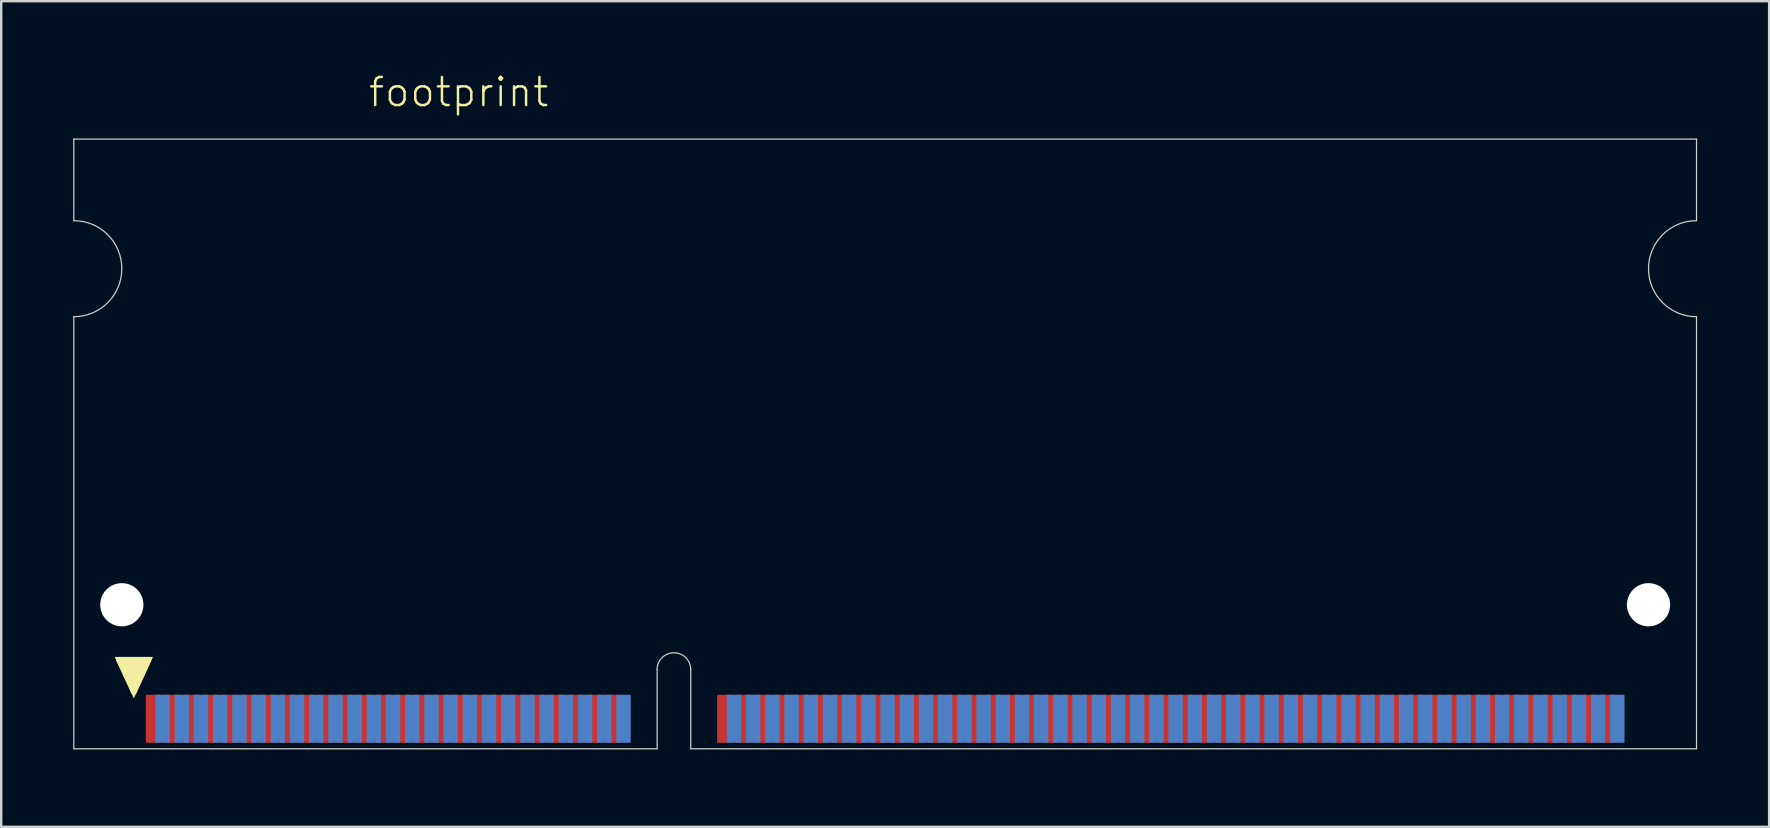
<source format=kicad_pcb>
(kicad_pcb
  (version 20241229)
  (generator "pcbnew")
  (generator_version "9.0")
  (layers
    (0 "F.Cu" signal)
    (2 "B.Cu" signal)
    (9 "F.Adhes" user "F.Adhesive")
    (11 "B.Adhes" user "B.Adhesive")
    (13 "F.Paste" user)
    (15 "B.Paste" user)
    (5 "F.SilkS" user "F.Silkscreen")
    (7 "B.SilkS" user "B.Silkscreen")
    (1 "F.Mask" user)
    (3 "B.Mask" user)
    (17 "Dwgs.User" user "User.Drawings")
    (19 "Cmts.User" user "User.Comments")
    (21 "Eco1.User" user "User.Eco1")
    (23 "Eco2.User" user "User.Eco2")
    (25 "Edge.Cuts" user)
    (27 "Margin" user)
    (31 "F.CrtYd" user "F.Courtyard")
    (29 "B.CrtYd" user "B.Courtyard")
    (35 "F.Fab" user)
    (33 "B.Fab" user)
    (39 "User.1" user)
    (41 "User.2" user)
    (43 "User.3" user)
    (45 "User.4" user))
  (footprint "footprint"
    (layer "F.Cu")
    (at 33.825 28.143)
    (property "Reference" "footprint" (at -21.59 -26.67 0) (layer "F.SilkS") (effects (font (size 1.168 1.168) (thickness 0.102)) (justify left bottom)))
    (fp_line (start -31.9 -3.7) (end -30.7 -3.7) (stroke (width 0.254) (type solid)) (layer "F.SilkS"))
    (fp_line (start -31.3 -2.4) (end -31.9 -3.7) (stroke (width 0.254) (type solid)) (layer "F.SilkS"))
    (fp_line (start -30.7 -3.7) (end -31.3 -2.4) (stroke (width 0.254) (type solid)) (layer "F.SilkS"))
    (fp_poly (pts (xy -31.3 -2.097) (xy -32.098 -3.827) (xy -30.502 -3.827)) (stroke (width 0) (type solid)) (fill yes) (layer "F.SilkS"))
    (fp_line (start -33.8 -25.4) (end -33.8 -22) (stroke (width 0.05) (type solid)) (layer "Edge.Cuts"))
    (fp_line (start -33.8 -18) (end -33.8 0) (stroke (width 0.05) (type solid)) (layer "Edge.Cuts"))
    (fp_line (start -33.8 0) (end -9.5 0) (stroke (width 0.05) (type solid)) (layer "Edge.Cuts"))
    (fp_line (start -9.5 0) (end -9.5 -3.3) (stroke (width 0.05) (type solid)) (layer "Edge.Cuts"))
    (fp_line (start -8.1 0) (end -8.1 -3.3) (stroke (width 0.05) (type solid)) (layer "Edge.Cuts"))
    (fp_line (start -8.1 0) (end 33.8 0) (stroke (width 0.05) (type solid)) (layer "Edge.Cuts"))
    (fp_line (start 33.8 -25.4) (end -33.8 -25.4) (stroke (width 0.05) (type solid)) (layer "Edge.Cuts"))
    (fp_line (start 33.8 -22) (end 33.8 -25.4) (stroke (width 0.05) (type solid)) (layer "Edge.Cuts"))
    (fp_line (start 33.8 0) (end 33.8 -18) (stroke (width 0.05) (type solid)) (layer "Edge.Cuts"))
    (fp_arc (start -33.8 -22) (mid -31.8 -20) (end -33.8 -18) (stroke (width 0.05) (type solid)) (layer "Edge.Cuts"))
    (fp_arc (start -9.5 -3.3) (mid -8.8 -4) (end -8.1 -3.3) (stroke (width 0.05) (type solid)) (layer "Edge.Cuts"))
    (fp_arc (start 33.8 -18) (mid 31.8 -20) (end 33.8 -22) (stroke (width 0.05) (type solid)) (layer "Edge.Cuts"))
    (pad "" np_thru_hole circle (at -31.8 -6) (size 1.8 1.8) (drill 1.8) (layers "*.Cu" "*.Mask"))
    (pad "" np_thru_hole circle (at 31.8 -6) (size 1.8 1.8) (drill 1.8) (layers "*.Cu" "*.Mask"))
    (pad "1" smd rect (at -30.5 -1.25) (size 0.6 2) (layers "F.Cu" "F.Mask" "F.Paste"))
    (pad "2" smd rect (at -29.7 -1.25) (size 0.6 2) (layers "F.Cu" "F.Mask" "F.Paste"))
    (pad "3" smd rect (at -28.9 -1.25) (size 0.6 2) (layers "F.Cu" "F.Mask" "F.Paste"))
    (pad "4" smd rect (at -28.1 -1.25) (size 0.6 2) (layers "F.Cu" "F.Mask" "F.Paste"))
    (pad "5" smd rect (at -27.3 -1.25) (size 0.6 2) (layers "F.Cu" "F.Mask" "F.Paste"))
    (pad "6" smd rect (at -26.5 -1.25) (size 0.6 2) (layers "F.Cu" "F.Mask" "F.Paste"))
    (pad "7" smd rect (at -25.7 -1.25) (size 0.6 2) (layers "F.Cu" "F.Mask" "F.Paste"))
    (pad "8" smd rect (at -24.9 -1.25) (size 0.6 2) (layers "F.Cu" "F.Mask" "F.Paste"))
    (pad "9" smd rect (at -24.1 -1.25) (size 0.6 2) (layers "F.Cu" "F.Mask" "F.Paste"))
    (pad "10" smd rect (at -23.3 -1.25) (size 0.6 2) (layers "F.Cu" "F.Mask" "F.Paste"))
    (pad "11" smd rect (at -22.5 -1.25) (size 0.6 2) (layers "F.Cu" "F.Mask" "F.Paste"))
    (pad "12" smd rect (at -21.7 -1.25) (size 0.6 2) (layers "F.Cu" "F.Mask" "F.Paste"))
    (pad "13" smd rect (at -20.9 -1.25) (size 0.6 2) (layers "F.Cu" "F.Mask" "F.Paste"))
    (pad "14" smd rect (at -20.1 -1.25) (size 0.6 2) (layers "F.Cu" "F.Mask" "F.Paste"))
    (pad "15" smd rect (at -19.3 -1.25) (size 0.6 2) (layers "F.Cu" "F.Mask" "F.Paste"))
    (pad "16" smd rect (at -18.5 -1.25) (size 0.6 2) (layers "F.Cu" "F.Mask" "F.Paste"))
    (pad "17" smd rect (at -17.7 -1.25) (size 0.6 2) (layers "F.Cu" "F.Mask" "F.Paste"))
    (pad "18" smd rect (at -16.9 -1.25) (size 0.6 2) (layers "F.Cu" "F.Mask" "F.Paste"))
    (pad "19" smd rect (at -16.1 -1.25) (size 0.6 2) (layers "F.Cu" "F.Mask" "F.Paste"))
    (pad "20" smd rect (at -15.3 -1.25) (size 0.6 2) (layers "F.Cu" "F.Mask" "F.Paste"))
    (pad "21" smd rect (at -14.5 -1.25) (size 0.6 2) (layers "F.Cu" "F.Mask" "F.Paste"))
    (pad "22" smd rect (at -13.7 -1.25) (size 0.6 2) (layers "F.Cu" "F.Mask" "F.Paste"))
    (pad "23" smd rect (at -12.9 -1.25) (size 0.6 2) (layers "F.Cu" "F.Mask" "F.Paste"))
    (pad "24" smd rect (at -12.1 -1.25) (size 0.6 2) (layers "F.Cu" "F.Mask" "F.Paste"))
    (pad "25" smd rect (at -11.3 -1.25) (size 0.6 2) (layers "F.Cu" "F.Mask" "F.Paste"))
    (pad "26" smd rect (at -6.7 -1.25) (size 0.6 2) (layers "F.Cu" "F.Mask" "F.Paste"))
    (pad "27" smd rect (at -5.9 -1.25) (size 0.6 2) (layers "F.Cu" "F.Mask" "F.Paste"))
    (pad "28" smd rect (at -5.1 -1.25) (size 0.6 2) (layers "F.Cu" "F.Mask" "F.Paste"))
    (pad "29" smd rect (at -4.3 -1.25) (size 0.6 2) (layers "F.Cu" "F.Mask" "F.Paste"))
    (pad "30" smd rect (at -3.5 -1.25) (size 0.6 2) (layers "F.Cu" "F.Mask" "F.Paste"))
    (pad "31" smd rect (at -2.7 -1.25) (size 0.6 2) (layers "F.Cu" "F.Mask" "F.Paste"))
    (pad "32" smd rect (at -1.9 -1.25) (size 0.6 2) (layers "F.Cu" "F.Mask" "F.Paste"))
    (pad "33" smd rect (at -1.1 -1.25) (size 0.6 2) (layers "F.Cu" "F.Mask" "F.Paste"))
    (pad "34" smd rect (at -0.3 -1.25) (size 0.6 2) (layers "F.Cu" "F.Mask" "F.Paste"))
    (pad "35" smd rect (at 0.5 -1.25) (size 0.6 2) (layers "F.Cu" "F.Mask" "F.Paste"))
    (pad "36" smd rect (at 1.3 -1.25) (size 0.6 2) (layers "F.Cu" "F.Mask" "F.Paste"))
    (pad "37" smd rect (at 2.1 -1.25) (size 0.6 2) (layers "F.Cu" "F.Mask" "F.Paste"))
    (pad "38" smd rect (at 2.9 -1.25) (size 0.6 2) (layers "F.Cu" "F.Mask" "F.Paste"))
    (pad "39" smd rect (at 3.7 -1.25) (size 0.6 2) (layers "F.Cu" "F.Mask" "F.Paste"))
    (pad "40" smd rect (at 4.5 -1.25) (size 0.6 2) (layers "F.Cu" "F.Mask" "F.Paste"))
    (pad "41" smd rect (at 5.3 -1.25) (size 0.6 2) (layers "F.Cu" "F.Mask" "F.Paste"))
    (pad "42" smd rect (at 6.1 -1.25) (size 0.6 2) (layers "F.Cu" "F.Mask" "F.Paste"))
    (pad "43" smd rect (at 6.9 -1.25) (size 0.6 2) (layers "F.Cu" "F.Mask" "F.Paste"))
    (pad "44" smd rect (at 7.7 -1.25) (size 0.6 2) (layers "F.Cu" "F.Mask" "F.Paste"))
    (pad "45" smd rect (at 8.5 -1.25) (size 0.6 2) (layers "F.Cu" "F.Mask" "F.Paste"))
    (pad "46" smd rect (at 9.3 -1.25) (size 0.6 2) (layers "F.Cu" "F.Mask" "F.Paste"))
    (pad "47" smd rect (at 10.1 -1.25) (size 0.6 2) (layers "F.Cu" "F.Mask" "F.Paste"))
    (pad "48" smd rect (at 10.9 -1.25) (size 0.6 2) (layers "F.Cu" "F.Mask" "F.Paste"))
    (pad "49" smd rect (at 11.7 -1.25) (size 0.6 2) (layers "F.Cu" "F.Mask" "F.Paste"))
    (pad "50" smd rect (at 12.5 -1.25) (size 0.6 2) (layers "F.Cu" "F.Mask" "F.Paste"))
    (pad "51" smd rect (at 13.3 -1.25) (size 0.6 2) (layers "F.Cu" "F.Mask" "F.Paste"))
    (pad "52" smd rect (at 14.1 -1.25) (size 0.6 2) (layers "F.Cu" "F.Mask" "F.Paste"))
    (pad "53" smd rect (at 14.9 -1.25) (size 0.6 2) (layers "F.Cu" "F.Mask" "F.Paste"))
    (pad "54" smd rect (at 15.7 -1.25) (size 0.6 2) (layers "F.Cu" "F.Mask" "F.Paste"))
    (pad "55" smd rect (at 16.5 -1.25) (size 0.6 2) (layers "F.Cu" "F.Mask" "F.Paste"))
    (pad "56" smd rect (at 17.3 -1.25) (size 0.6 2) (layers "F.Cu" "F.Mask" "F.Paste"))
    (pad "57" smd rect (at 18.1 -1.25) (size 0.6 2) (layers "F.Cu" "F.Mask" "F.Paste"))
    (pad "58" smd rect (at 18.9 -1.25) (size 0.6 2) (layers "F.Cu" "F.Mask" "F.Paste"))
    (pad "59" smd rect (at 19.7 -1.25) (size 0.6 2) (layers "F.Cu" "F.Mask" "F.Paste"))
    (pad "60" smd rect (at 20.5 -1.25) (size 0.6 2) (layers "F.Cu" "F.Mask" "F.Paste"))
    (pad "61" smd rect (at 21.3 -1.25) (size 0.6 2) (layers "F.Cu" "F.Mask" "F.Paste"))
    (pad "62" smd rect (at 22.1 -1.25) (size 0.6 2) (layers "F.Cu" "F.Mask" "F.Paste"))
    (pad "63" smd rect (at 22.9 -1.25) (size 0.6 2) (layers "F.Cu" "F.Mask" "F.Paste"))
    (pad "64" smd rect (at 23.7 -1.25) (size 0.6 2) (layers "F.Cu" "F.Mask" "F.Paste"))
    (pad "65" smd rect (at 24.5 -1.25) (size 0.6 2) (layers "F.Cu" "F.Mask" "F.Paste"))
    (pad "66" smd rect (at 25.3 -1.25) (size 0.6 2) (layers "F.Cu" "F.Mask" "F.Paste"))
    (pad "67" smd rect (at 26.1 -1.25) (size 0.6 2) (layers "F.Cu" "F.Mask" "F.Paste"))
    (pad "68" smd rect (at 26.9 -1.25) (size 0.6 2) (layers "F.Cu" "F.Mask" "F.Paste"))
    (pad "69" smd rect (at 27.7 -1.25) (size 0.6 2) (layers "F.Cu" "F.Mask" "F.Paste"))
    (pad "70" smd rect (at 28.5 -1.25) (size 0.6 2) (layers "F.Cu" "F.Mask" "F.Paste"))
    (pad "71" smd rect (at 29.3 -1.25) (size 0.6 2) (layers "F.Cu" "F.Mask" "F.Paste"))
    (pad "72" smd rect (at 30.1 -1.25) (size 0.6 2) (layers "F.Cu" "F.Mask" "F.Paste"))
    (pad "73" smd rect (at -30.1 -1.25) (size 0.6 2) (layers "B.Cu" "B.Mask" "B.Paste"))
    (pad "74" smd rect (at -29.3 -1.25) (size 0.6 2) (layers "B.Cu" "B.Mask" "B.Paste"))
    (pad "75" smd rect (at -28.5 -1.25) (size 0.6 2) (layers "B.Cu" "B.Mask" "B.Paste"))
    (pad "76" smd rect (at -27.7 -1.25) (size 0.6 2) (layers "B.Cu" "B.Mask" "B.Paste"))
    (pad "77" smd rect (at -26.9 -1.25) (size 0.6 2) (layers "B.Cu" "B.Mask" "B.Paste"))
    (pad "78" smd rect (at -26.1 -1.25) (size 0.6 2) (layers "B.Cu" "B.Mask" "B.Paste"))
    (pad "79" smd rect (at -25.3 -1.25) (size 0.6 2) (layers "B.Cu" "B.Mask" "B.Paste"))
    (pad "80" smd rect (at -24.5 -1.25) (size 0.6 2) (layers "B.Cu" "B.Mask" "B.Paste"))
    (pad "81" smd rect (at -23.7 -1.25) (size 0.6 2) (layers "B.Cu" "B.Mask" "B.Paste"))
    (pad "82" smd rect (at -22.9 -1.25) (size 0.6 2) (layers "B.Cu" "B.Mask" "B.Paste"))
    (pad "83" smd rect (at -22.1 -1.25) (size 0.6 2) (layers "B.Cu" "B.Mask" "B.Paste"))
    (pad "84" smd rect (at -21.3 -1.25) (size 0.6 2) (layers "B.Cu" "B.Mask" "B.Paste"))
    (pad "85" smd rect (at -20.5 -1.25) (size 0.6 2) (layers "B.Cu" "B.Mask" "B.Paste"))
    (pad "86" smd rect (at -19.7 -1.25) (size 0.6 2) (layers "B.Cu" "B.Mask" "B.Paste"))
    (pad "87" smd rect (at -18.9 -1.25) (size 0.6 2) (layers "B.Cu" "B.Mask" "B.Paste"))
    (pad "88" smd rect (at -18.1 -1.25) (size 0.6 2) (layers "B.Cu" "B.Mask" "B.Paste"))
    (pad "89" smd rect (at -17.3 -1.25) (size 0.6 2) (layers "B.Cu" "B.Mask" "B.Paste"))
    (pad "90" smd rect (at -16.5 -1.25) (size 0.6 2) (layers "B.Cu" "B.Mask" "B.Paste"))
    (pad "91" smd rect (at -15.7 -1.25) (size 0.6 2) (layers "B.Cu" "B.Mask" "B.Paste"))
    (pad "92" smd rect (at -14.9 -1.25) (size 0.6 2) (layers "B.Cu" "B.Mask" "B.Paste"))
    (pad "93" smd rect (at -14.1 -1.25) (size 0.6 2) (layers "B.Cu" "B.Mask" "B.Paste"))
    (pad "94" smd rect (at -13.3 -1.25) (size 0.6 2) (layers "B.Cu" "B.Mask" "B.Paste"))
    (pad "95" smd rect (at -12.5 -1.25) (size 0.6 2) (layers "B.Cu" "B.Mask" "B.Paste"))
    (pad "96" smd rect (at -11.7 -1.25) (size 0.6 2) (layers "B.Cu" "B.Mask" "B.Paste"))
    (pad "97" smd rect (at -10.9 -1.25) (size 0.6 2) (layers "B.Cu" "B.Mask" "B.Paste"))
    (pad "98" smd rect (at -6.3 -1.25) (size 0.6 2) (layers "B.Cu" "B.Mask" "B.Paste"))
    (pad "99" smd rect (at -5.5 -1.25) (size 0.6 2) (layers "B.Cu" "B.Mask" "B.Paste"))
    (pad "100" smd rect (at -4.7 -1.25) (size 0.6 2) (layers "B.Cu" "B.Mask" "B.Paste"))
    (pad "101" smd rect (at -3.9 -1.25) (size 0.6 2) (layers "B.Cu" "B.Mask" "B.Paste"))
    (pad "102" smd rect (at -3.1 -1.25) (size 0.6 2) (layers "B.Cu" "B.Mask" "B.Paste"))
    (pad "103" smd rect (at -2.3 -1.25) (size 0.6 2) (layers "B.Cu" "B.Mask" "B.Paste"))
    (pad "104" smd rect (at -1.5 -1.25) (size 0.6 2) (layers "B.Cu" "B.Mask" "B.Paste"))
    (pad "105" smd rect (at -0.7 -1.25) (size 0.6 2) (layers "B.Cu" "B.Mask" "B.Paste"))
    (pad "106" smd rect (at 0.1 -1.25) (size 0.6 2) (layers "B.Cu" "B.Mask" "B.Paste"))
    (pad "107" smd rect (at 0.9 -1.25) (size 0.6 2) (layers "B.Cu" "B.Mask" "B.Paste"))
    (pad "108" smd rect (at 1.7 -1.25) (size 0.6 2) (layers "B.Cu" "B.Mask" "B.Paste"))
    (pad "109" smd rect (at 2.5 -1.25) (size 0.6 2) (layers "B.Cu" "B.Mask" "B.Paste"))
    (pad "110" smd rect (at 3.3 -1.25) (size 0.6 2) (layers "B.Cu" "B.Mask" "B.Paste"))
    (pad "111" smd rect (at 4.1 -1.25) (size 0.6 2) (layers "B.Cu" "B.Mask" "B.Paste"))
    (pad "112" smd rect (at 4.9 -1.25) (size 0.6 2) (layers "B.Cu" "B.Mask" "B.Paste"))
    (pad "113" smd rect (at 5.7 -1.25) (size 0.6 2) (layers "B.Cu" "B.Mask" "B.Paste"))
    (pad "114" smd rect (at 6.5 -1.25) (size 0.6 2) (layers "B.Cu" "B.Mask" "B.Paste"))
    (pad "115" smd rect (at 7.3 -1.25) (size 0.6 2) (layers "B.Cu" "B.Mask" "B.Paste"))
    (pad "116" smd rect (at 8.1 -1.25) (size 0.6 2) (layers "B.Cu" "B.Mask" "B.Paste"))
    (pad "117" smd rect (at 8.9 -1.25) (size 0.6 2) (layers "B.Cu" "B.Mask" "B.Paste"))
    (pad "118" smd rect (at 9.7 -1.25) (size 0.6 2) (layers "B.Cu" "B.Mask" "B.Paste"))
    (pad "119" smd rect (at 10.5 -1.25) (size 0.6 2) (layers "B.Cu" "B.Mask" "B.Paste"))
    (pad "120" smd rect (at 11.3 -1.25) (size 0.6 2) (layers "B.Cu" "B.Mask" "B.Paste"))
    (pad "121" smd rect (at 12.1 -1.25) (size 0.6 2) (layers "B.Cu" "B.Mask" "B.Paste"))
    (pad "122" smd rect (at 12.9 -1.25) (size 0.6 2) (layers "B.Cu" "B.Mask" "B.Paste"))
    (pad "123" smd rect (at 13.7 -1.25) (size 0.6 2) (layers "B.Cu" "B.Mask" "B.Paste"))
    (pad "124" smd rect (at 14.5 -1.25) (size 0.6 2) (layers "B.Cu" "B.Mask" "B.Paste"))
    (pad "125" smd rect (at 15.3 -1.25) (size 0.6 2) (layers "B.Cu" "B.Mask" "B.Paste"))
    (pad "126" smd rect (at 16.1 -1.25) (size 0.6 2) (layers "B.Cu" "B.Mask" "B.Paste"))
    (pad "127" smd rect (at 16.9 -1.25) (size 0.6 2) (layers "B.Cu" "B.Mask" "B.Paste"))
    (pad "128" smd rect (at 17.7 -1.25) (size 0.6 2) (layers "B.Cu" "B.Mask" "B.Paste"))
    (pad "129" smd rect (at 18.5 -1.25) (size 0.6 2) (layers "B.Cu" "B.Mask" "B.Paste"))
    (pad "130" smd rect (at 19.3 -1.25) (size 0.6 2) (layers "B.Cu" "B.Mask" "B.Paste"))
    (pad "131" smd rect (at 20.1 -1.25) (size 0.6 2) (layers "B.Cu" "B.Mask" "B.Paste"))
    (pad "132" smd rect (at 20.9 -1.25) (size 0.6 2) (layers "B.Cu" "B.Mask" "B.Paste"))
    (pad "133" smd rect (at 21.7 -1.25) (size 0.6 2) (layers "B.Cu" "B.Mask" "B.Paste"))
    (pad "134" smd rect (at 22.5 -1.25) (size 0.6 2) (layers "B.Cu" "B.Mask" "B.Paste"))
    (pad "135" smd rect (at 23.3 -1.25) (size 0.6 2) (layers "B.Cu" "B.Mask" "B.Paste"))
    (pad "136" smd rect (at 24.1 -1.25) (size 0.6 2) (layers "B.Cu" "B.Mask" "B.Paste"))
    (pad "137" smd rect (at 24.9 -1.25) (size 0.6 2) (layers "B.Cu" "B.Mask" "B.Paste"))
    (pad "138" smd rect (at 25.7 -1.25) (size 0.6 2) (layers "B.Cu" "B.Mask" "B.Paste"))
    (pad "139" smd rect (at 26.5 -1.25) (size 0.6 2) (layers "B.Cu" "B.Mask" "B.Paste"))
    (pad "140" smd rect (at 27.3 -1.25) (size 0.6 2) (layers "B.Cu" "B.Mask" "B.Paste"))
    (pad "141" smd rect (at 28.1 -1.25) (size 0.6 2) (layers "B.Cu" "B.Mask" "B.Paste"))
    (pad "142" smd rect (at 28.9 -1.25) (size 0.6 2) (layers "B.Cu" "B.Mask" "B.Paste"))
    (pad "143" smd rect (at 29.7 -1.25) (size 0.6 2) (layers "B.Cu" "B.Mask" "B.Paste"))
    (pad "144" smd rect (at 30.5 -1.25) (size 0.6 2) (layers "B.Cu" "B.Mask" "B.Paste")))
  (gr_rect
    (start -3 -3)
    (end 70.65 31.393)
    (stroke (width 0.1) (type default))
    (fill no)
    (layer "Edge.Cuts")))
</source>
